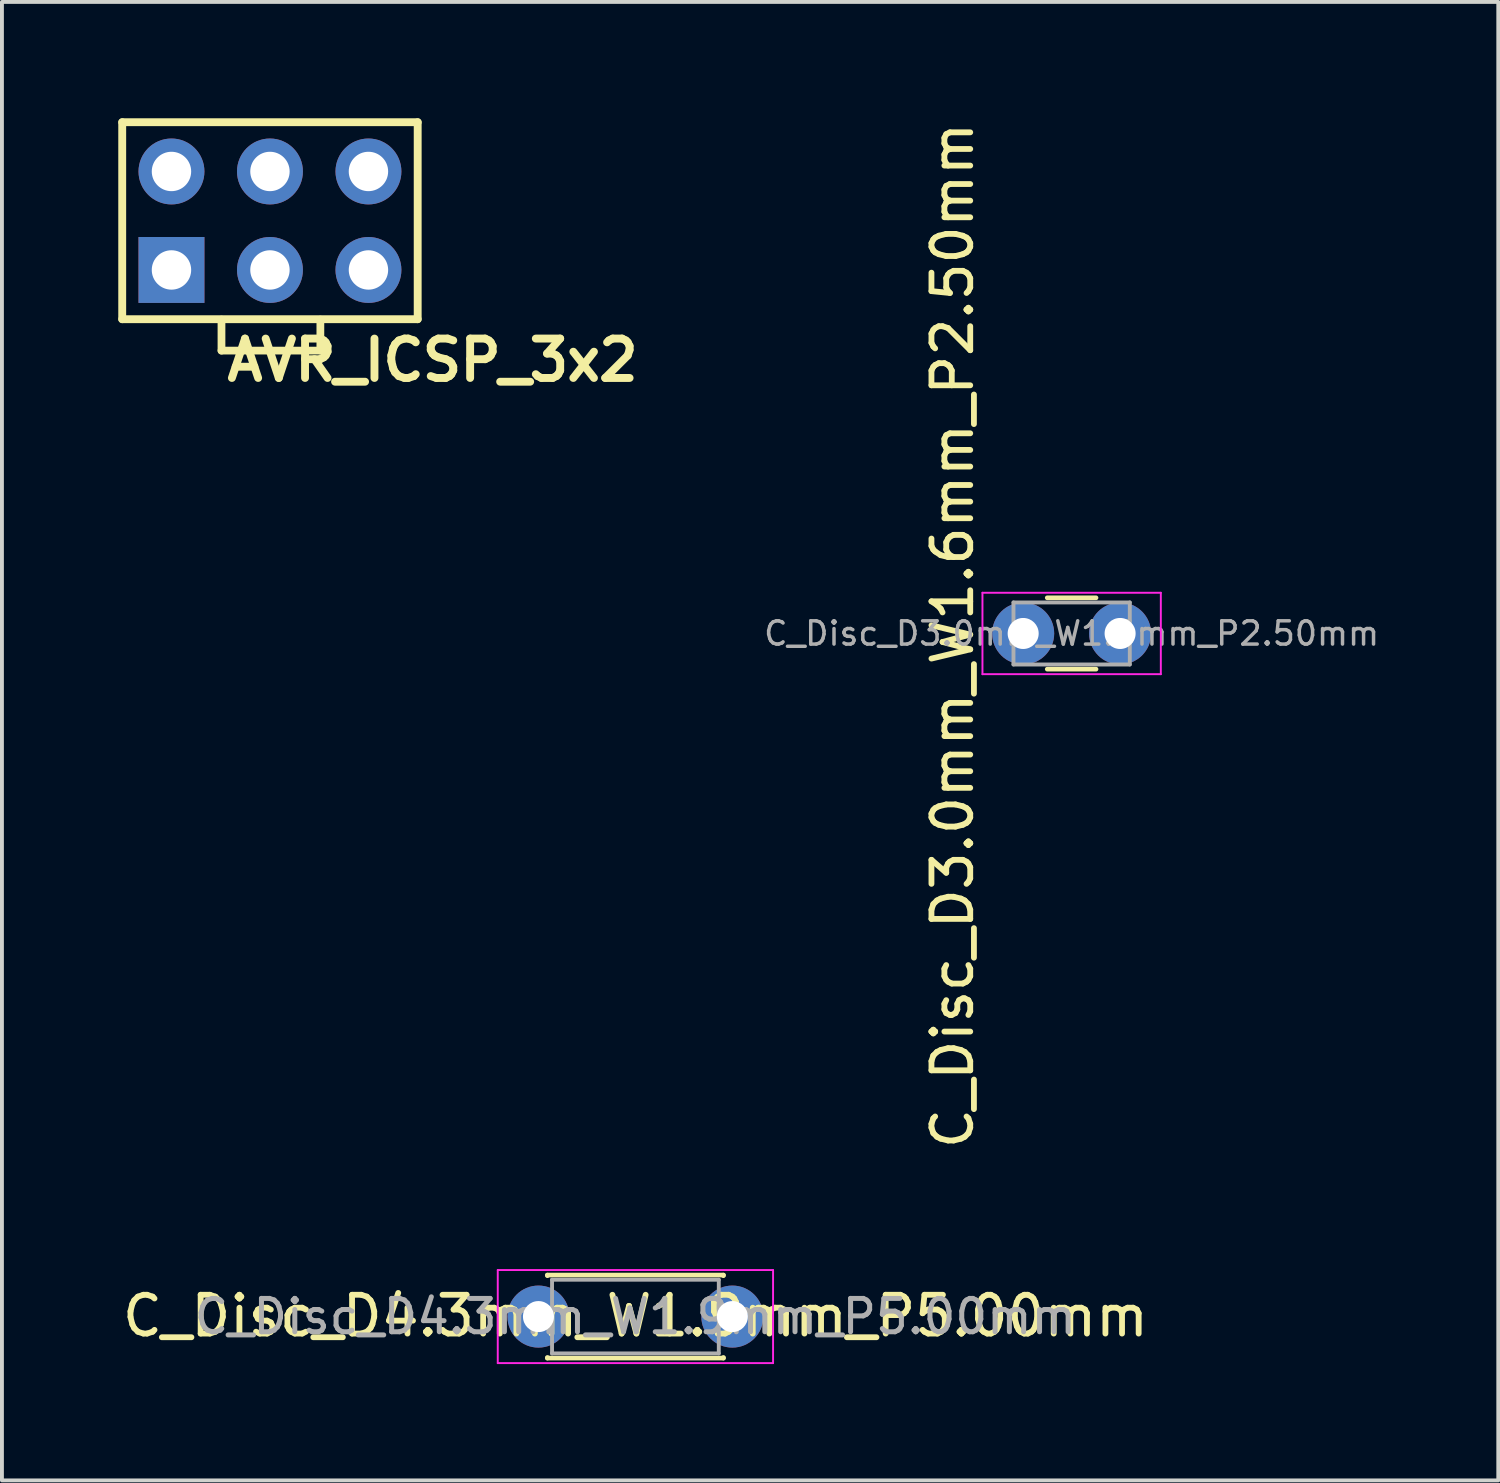
<source format=kicad_pcb>
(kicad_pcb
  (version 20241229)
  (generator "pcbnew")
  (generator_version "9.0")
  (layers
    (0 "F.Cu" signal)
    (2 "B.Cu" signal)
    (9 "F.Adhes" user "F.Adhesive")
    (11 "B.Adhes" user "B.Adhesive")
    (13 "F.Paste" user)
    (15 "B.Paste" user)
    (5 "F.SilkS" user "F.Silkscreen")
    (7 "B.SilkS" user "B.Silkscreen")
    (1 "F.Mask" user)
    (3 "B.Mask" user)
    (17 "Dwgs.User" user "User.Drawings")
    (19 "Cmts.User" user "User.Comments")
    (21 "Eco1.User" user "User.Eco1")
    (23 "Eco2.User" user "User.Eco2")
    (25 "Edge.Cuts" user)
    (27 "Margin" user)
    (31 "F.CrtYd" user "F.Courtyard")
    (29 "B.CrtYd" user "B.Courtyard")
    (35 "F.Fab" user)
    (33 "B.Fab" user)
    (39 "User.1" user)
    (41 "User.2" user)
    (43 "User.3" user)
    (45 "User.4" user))
  (footprint "C_Disc_D3.0mm_W1.6mm_P2.50mm"
    (layer "F.Cu")
    (at 23.337 13.287)
    (property "Reference" "C_Disc_D3.0mm_W1.6mm_P2.50mm" (at -1.82 0.052 90) (layer "F.SilkS") (effects (font (size 1 1) (thickness 0.15))))
    (attr through_hole)
    (fp_line (start 0.621 -0.92) (end 1.879 -0.92) (stroke (width 0.12) (type solid)) (layer "F.SilkS"))
    (fp_line (start 0.621 0.92) (end 1.879 0.92) (stroke (width 0.12) (type solid)) (layer "F.SilkS"))
    (fp_line (start -1.05 -1.05) (end -1.05 1.05) (stroke (width 0.05) (type solid)) (layer "F.CrtYd"))
    (fp_line (start -1.05 1.05) (end 3.55 1.05) (stroke (width 0.05) (type solid)) (layer "F.CrtYd"))
    (fp_line (start 3.55 -1.05) (end -1.05 -1.05) (stroke (width 0.05) (type solid)) (layer "F.CrtYd"))
    (fp_line (start 3.55 1.05) (end 3.55 -1.05) (stroke (width 0.05) (type solid)) (layer "F.CrtYd"))
    (fp_line (start -0.25 -0.8) (end -0.25 0.8) (stroke (width 0.1) (type solid)) (layer "F.Fab"))
    (fp_line (start -0.25 0.8) (end 2.75 0.8) (stroke (width 0.1) (type solid)) (layer "F.Fab"))
    (fp_line (start 2.75 -0.8) (end -0.25 -0.8) (stroke (width 0.1) (type solid)) (layer "F.Fab"))
    (fp_line (start 2.75 0.8) (end 2.75 -0.8) (stroke (width 0.1) (type solid)) (layer "F.Fab"))
    (fp_text user "${REFERENCE}" (at 1.25 0 0) (layer "F.Fab") (effects (font (size 0.6 0.6) (thickness 0.09))))
    (pad "1" thru_hole circle (at 0 0) (size 1.6 1.6) (drill 0.8) (layers "*.Cu" "*.Mask"))
    (pad "2" thru_hole circle (at 2.5 0) (size 1.6 1.6) (drill 0.8) (layers "*.Cu" "*.Mask")))
  (footprint "C_Disc_D4.3mm_W1.9mm_P5.00mm"
    (layer "F.Cu")
    (at 10.837 30.904)
    (property "Reference" "C_Disc_D4.3mm_W1.9mm_P5.00mm" (at 2.502 -0.017 0) (layer "F.SilkS") (effects (font (size 1 1) (thickness 0.15))))
    (attr through_hole)
    (fp_line (start 0.23 -1.07) (end 0.23 -1.055) (stroke (width 0.12) (type solid)) (layer "F.SilkS"))
    (fp_line (start 0.23 -1.07) (end 4.77 -1.07) (stroke (width 0.12) (type solid)) (layer "F.SilkS"))
    (fp_line (start 0.23 1.055) (end 0.23 1.07) (stroke (width 0.12) (type solid)) (layer "F.SilkS"))
    (fp_line (start 0.23 1.07) (end 4.77 1.07) (stroke (width 0.12) (type solid)) (layer "F.SilkS"))
    (fp_line (start 4.77 -1.07) (end 4.77 -1.055) (stroke (width 0.12) (type solid)) (layer "F.SilkS"))
    (fp_line (start 4.77 1.055) (end 4.77 1.07) (stroke (width 0.12) (type solid)) (layer "F.SilkS"))
    (fp_line (start -1.05 -1.2) (end -1.05 1.2) (stroke (width 0.05) (type solid)) (layer "F.CrtYd"))
    (fp_line (start -1.05 1.2) (end 6.05 1.2) (stroke (width 0.05) (type solid)) (layer "F.CrtYd"))
    (fp_line (start 6.05 -1.2) (end -1.05 -1.2) (stroke (width 0.05) (type solid)) (layer "F.CrtYd"))
    (fp_line (start 6.05 1.2) (end 6.05 -1.2) (stroke (width 0.05) (type solid)) (layer "F.CrtYd"))
    (fp_line (start 0.35 -0.95) (end 0.35 0.95) (stroke (width 0.1) (type solid)) (layer "F.Fab"))
    (fp_line (start 0.35 0.95) (end 4.65 0.95) (stroke (width 0.1) (type solid)) (layer "F.Fab"))
    (fp_line (start 4.65 -0.95) (end 0.35 -0.95) (stroke (width 0.1) (type solid)) (layer "F.Fab"))
    (fp_line (start 4.65 0.95) (end 4.65 -0.95) (stroke (width 0.1) (type solid)) (layer "F.Fab"))
    (fp_text user "${REFERENCE}" (at 2.5 0 0) (layer "F.Fab") (effects (font (size 0.86 0.86) (thickness 0.129))))
    (pad "1" thru_hole circle (at 0 0) (size 1.6 1.6) (drill 0.8) (layers "*.Cu" "*.Mask"))
    (pad "2" thru_hole circle (at 5 0) (size 1.6 1.6) (drill 0.8) (layers "*.Cu" "*.Mask")))
  (footprint "AVR_ICSP_3x2"
    (layer "F.Cu")
    (at 3.912 2.642)
    (property "Reference" "AVR_ICSP_3x2" (at 4.195 3.596 0) (layer "F.SilkS") (effects (font (size 1.016 1.016) (thickness 0.203))))
    (attr through_hole)
    (fp_line (start -3.81 -2.54) (end 3.81 -2.54) (stroke (width 0.203) (type solid)) (layer "F.SilkS"))
    (fp_line (start -3.81 2.54) (end -3.81 -2.54) (stroke (width 0.203) (type solid)) (layer "F.SilkS"))
    (fp_line (start -1.25 2.55) (end -1.25 3.35) (stroke (width 0.2) (type solid)) (layer "F.SilkS"))
    (fp_line (start -1.25 3.35) (end 1.3 3.35) (stroke (width 0.2) (type solid)) (layer "F.SilkS"))
    (fp_line (start 1.3 3.35) (end 1.3 2.55) (stroke (width 0.2) (type solid)) (layer "F.SilkS"))
    (fp_line (start 3.81 -2.54) (end 3.81 2.54) (stroke (width 0.203) (type solid)) (layer "F.SilkS"))
    (fp_line (start 3.81 2.54) (end -3.81 2.54) (stroke (width 0.203) (type solid)) (layer "F.SilkS"))
    (pad "1" thru_hole rect (at -2.54 1.27) (size 1.7 1.7) (drill 1.016) (layers "*.Cu" "*.Mask"))
    (pad "2" thru_hole circle (at -2.54 -1.27) (size 1.7 1.7) (drill 1.016) (layers "*.Cu" "*.Mask"))
    (pad "3" thru_hole circle (at 0 1.27) (size 1.7 1.7) (drill 1.016) (layers "*.Cu" "*.Mask"))
    (pad "4" thru_hole circle (at 0 -1.27) (size 1.7 1.7) (drill 1.016) (layers "*.Cu" "*.Mask"))
    (pad "5" thru_hole circle (at 2.54 1.27) (size 1.7 1.7) (drill 1.016) (layers "*.Cu" "*.Mask"))
    (pad "6" thru_hole circle (at 2.54 -1.27) (size 1.7 1.7) (drill 1.016) (layers "*.Cu" "*.Mask")))
  (gr_rect
    (start -3 -3)
    (end 35.59 35.129)
    (stroke (width 0.1) (type default))
    (fill no)
    (layer "Edge.Cuts")))
</source>
